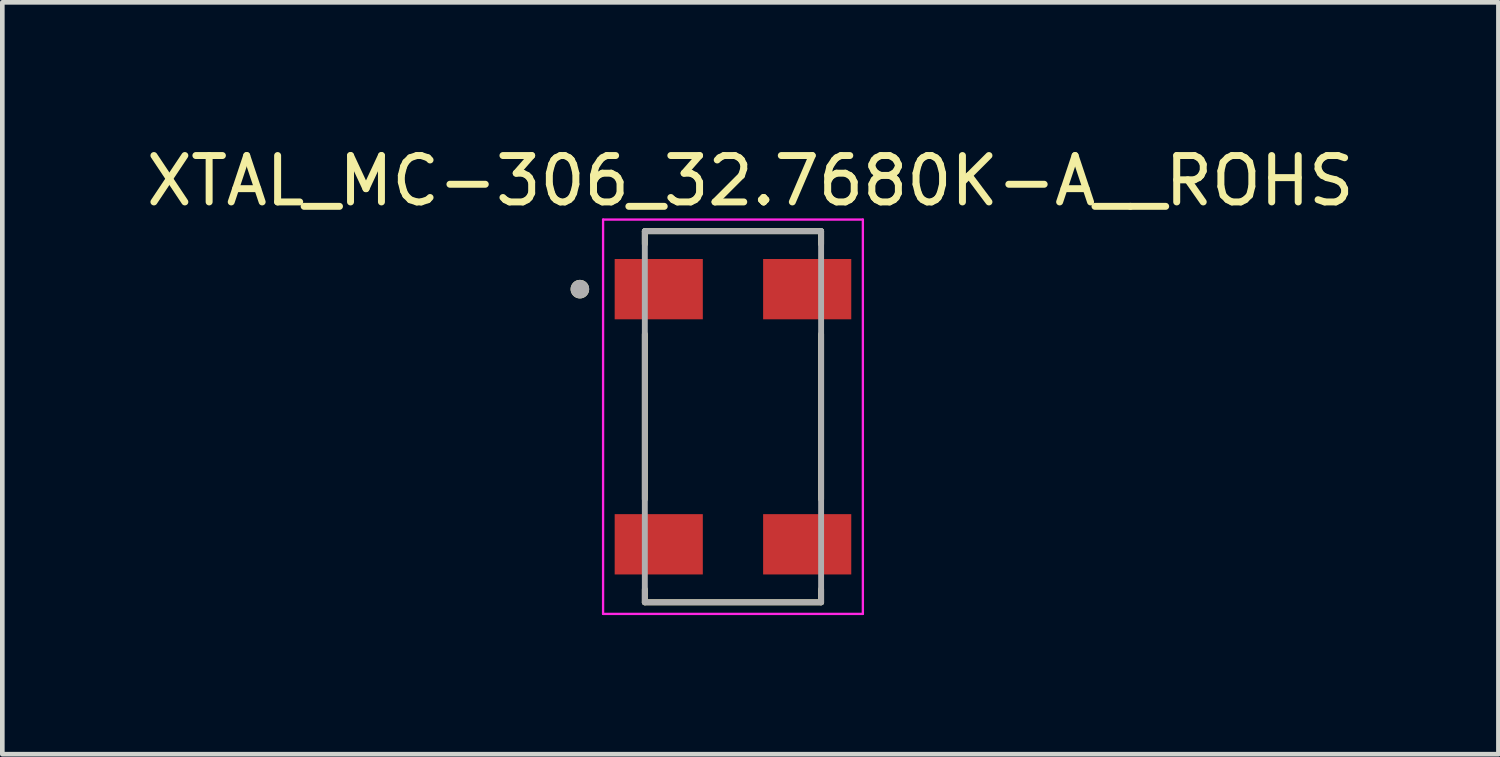
<source format=kicad_pcb>
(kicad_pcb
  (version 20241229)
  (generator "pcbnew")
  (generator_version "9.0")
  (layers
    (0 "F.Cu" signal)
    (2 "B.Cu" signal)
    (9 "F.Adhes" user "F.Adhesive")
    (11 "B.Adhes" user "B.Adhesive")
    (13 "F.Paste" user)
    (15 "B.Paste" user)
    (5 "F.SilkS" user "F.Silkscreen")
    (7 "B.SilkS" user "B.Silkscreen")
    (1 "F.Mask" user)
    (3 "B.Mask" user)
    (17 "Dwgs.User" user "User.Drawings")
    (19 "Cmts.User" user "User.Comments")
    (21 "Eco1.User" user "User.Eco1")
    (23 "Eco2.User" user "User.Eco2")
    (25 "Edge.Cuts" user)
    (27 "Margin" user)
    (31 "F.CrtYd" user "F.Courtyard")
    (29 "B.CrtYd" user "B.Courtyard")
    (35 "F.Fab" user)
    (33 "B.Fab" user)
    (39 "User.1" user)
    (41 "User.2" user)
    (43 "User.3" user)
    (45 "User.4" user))
  (footprint "XTAL_MC-306_32.7680K-A__ROHS"
    (layer "F.Cu")
    (at 12.75 5.933)
    (property "Reference" "XTAL_MC-306_32.7680K-A__ROHS" (at 0.375 -5.085 0) (layer "F.SilkS") (effects (font (size 1 1) (thickness 0.15))))
    (attr smd)
    (fp_line (start -1.9 -4) (end -1.9 -3.72) (stroke (width 0.127) (type solid)) (layer "F.SilkS"))
    (fp_line (start -1.9 -4) (end 1.9 -4) (stroke (width 0.127) (type solid)) (layer "F.SilkS"))
    (fp_line (start -1.9 -1.78) (end -1.9 1.78) (stroke (width 0.127) (type solid)) (layer "F.SilkS"))
    (fp_line (start -1.9 4) (end -1.9 3.72) (stroke (width 0.127) (type solid)) (layer "F.SilkS"))
    (fp_line (start -1.9 4) (end 1.9 4) (stroke (width 0.127) (type solid)) (layer "F.SilkS"))
    (fp_line (start 1.9 -4) (end 1.9 -3.72) (stroke (width 0.127) (type solid)) (layer "F.SilkS"))
    (fp_line (start 1.9 -1.78) (end 1.9 1.78) (stroke (width 0.127) (type solid)) (layer "F.SilkS"))
    (fp_line (start 1.9 4) (end 1.9 3.72) (stroke (width 0.127) (type solid)) (layer "F.SilkS"))
    (fp_circle (center -3.3 -2.75) (end -3.2 -2.75) (stroke (width 0.2) (type solid)) (fill no) (layer "F.SilkS"))
    (fp_line (start -2.8 -4.25) (end -2.8 4.25) (stroke (width 0.05) (type solid)) (layer "F.CrtYd"))
    (fp_line (start -2.8 -4.25) (end 2.8 -4.25) (stroke (width 0.05) (type solid)) (layer "F.CrtYd"))
    (fp_line (start 2.8 -4.25) (end 2.8 4.25) (stroke (width 0.05) (type solid)) (layer "F.CrtYd"))
    (fp_line (start 2.8 4.25) (end -2.8 4.25) (stroke (width 0.05) (type solid)) (layer "F.CrtYd"))
    (fp_line (start -1.9 -4) (end -1.9 4) (stroke (width 0.127) (type solid)) (layer "F.Fab"))
    (fp_line (start -1.9 -4) (end 1.9 -4) (stroke (width 0.127) (type solid)) (layer "F.Fab"))
    (fp_line (start 1.9 -4) (end 1.9 4) (stroke (width 0.127) (type solid)) (layer "F.Fab"))
    (fp_line (start 1.9 4) (end -1.9 4) (stroke (width 0.127) (type solid)) (layer "F.Fab"))
    (fp_circle (center -3.3 -2.75) (end -3.2 -2.75) (stroke (width 0.2) (type solid)) (fill no) (layer "F.Fab"))
    (pad "1" smd rect (at -1.6 -2.75) (size 1.9 1.3) (layers "F.Cu" "F.Mask" "F.Paste"))
    (pad "2" smd rect (at -1.6 2.75) (size 1.9 1.3) (layers "F.Cu" "F.Mask" "F.Paste"))
    (pad "3" smd rect (at 1.6 2.75) (size 1.9 1.3) (layers "F.Cu" "F.Mask" "F.Paste"))
    (pad "4" smd rect (at 1.6 -2.75) (size 1.9 1.3) (layers "F.Cu" "F.Mask" "F.Paste")))
  (gr_rect
    (start -3 -3)
    (end 29.25 13.208)
    (stroke (width 0.1) (type default))
    (fill no)
    (layer "Edge.Cuts")))
</source>
